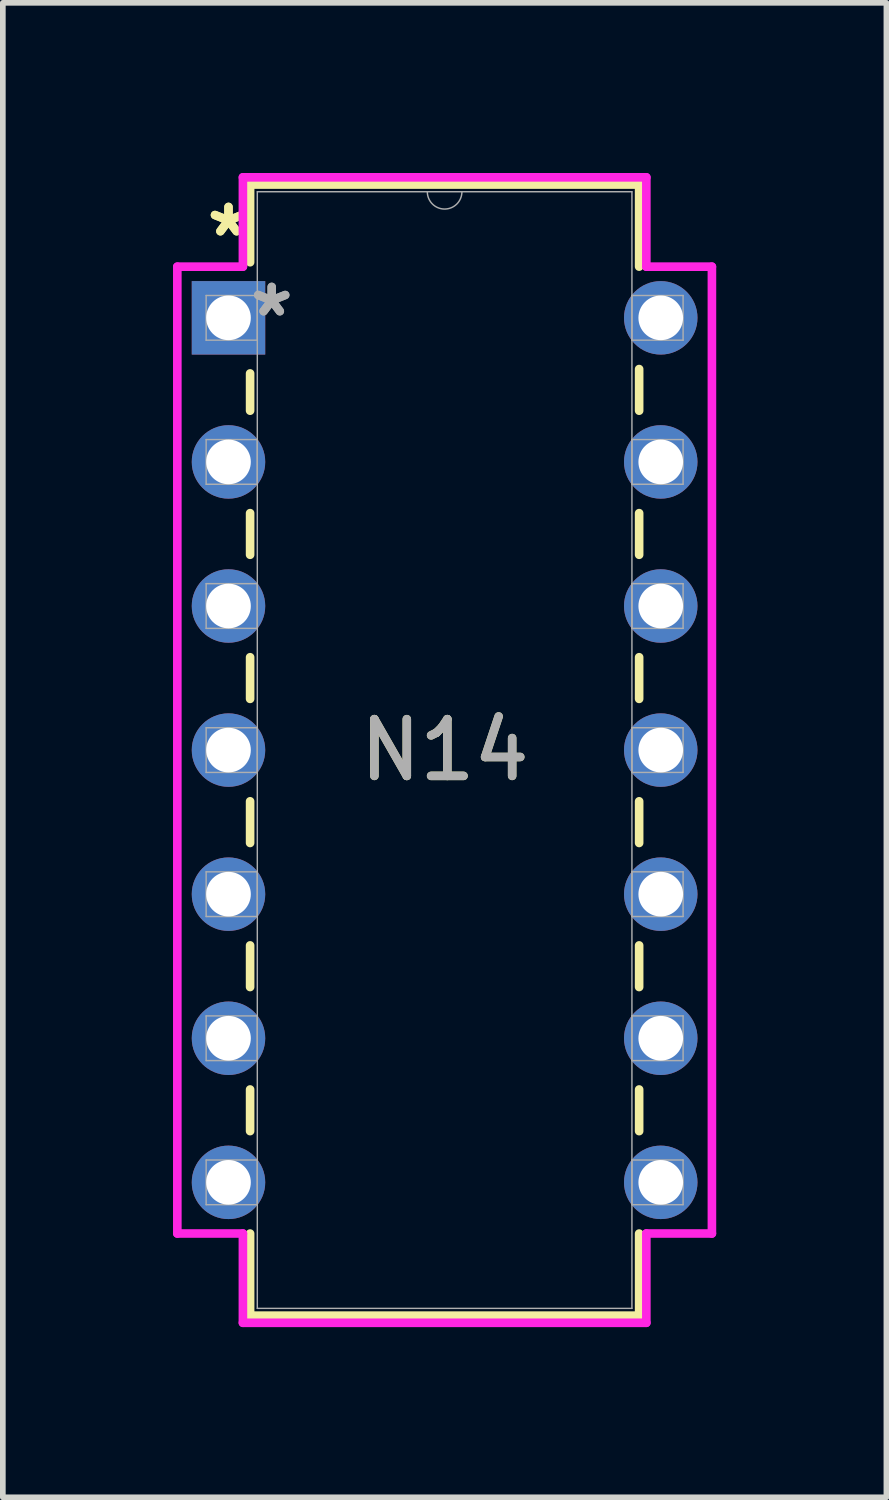
<source format=kicad_pcb>
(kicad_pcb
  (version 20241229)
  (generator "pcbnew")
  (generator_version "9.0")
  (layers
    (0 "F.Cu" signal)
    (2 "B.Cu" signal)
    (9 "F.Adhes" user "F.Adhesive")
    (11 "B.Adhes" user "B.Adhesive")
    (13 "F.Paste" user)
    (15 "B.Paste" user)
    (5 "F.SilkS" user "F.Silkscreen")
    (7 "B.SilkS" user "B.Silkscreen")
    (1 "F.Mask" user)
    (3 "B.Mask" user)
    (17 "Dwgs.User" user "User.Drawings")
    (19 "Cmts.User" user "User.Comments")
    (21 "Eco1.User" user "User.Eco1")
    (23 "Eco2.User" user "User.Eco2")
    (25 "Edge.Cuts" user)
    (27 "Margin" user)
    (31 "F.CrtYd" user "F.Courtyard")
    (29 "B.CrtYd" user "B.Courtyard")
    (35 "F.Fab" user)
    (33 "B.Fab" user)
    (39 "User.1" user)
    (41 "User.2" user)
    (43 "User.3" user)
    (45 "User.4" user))
  (footprint "N14"
    (layer "F.Cu")
    (at 0.978 2.553)
    (property "Reference" "N14" (at 3.81 7.62 0) (unlocked yes) (layer "F.SilkS") (effects (font (size 1 1) (thickness 0.15))))
    (attr through_hole)
    (fp_line (start 0.381 -2.349) (end 0.381 -0.98) (stroke (width 0.152) (type solid)) (layer "F.SilkS"))
    (fp_line (start 0.381 0.98) (end 0.381 1.637) (stroke (width 0.152) (type solid)) (layer "F.SilkS"))
    (fp_line (start 0.381 3.443) (end 0.381 4.177) (stroke (width 0.152) (type solid)) (layer "F.SilkS"))
    (fp_line (start 0.381 5.983) (end 0.381 6.717) (stroke (width 0.152) (type solid)) (layer "F.SilkS"))
    (fp_line (start 0.381 8.523) (end 0.381 9.257) (stroke (width 0.152) (type solid)) (layer "F.SilkS"))
    (fp_line (start 0.381 11.063) (end 0.381 11.797) (stroke (width 0.152) (type solid)) (layer "F.SilkS"))
    (fp_line (start 0.381 13.603) (end 0.381 14.337) (stroke (width 0.152) (type solid)) (layer "F.SilkS"))
    (fp_line (start 0.381 16.143) (end 0.381 17.59) (stroke (width 0.152) (type solid)) (layer "F.SilkS"))
    (fp_line (start 0.381 17.59) (end 7.239 17.59) (stroke (width 0.152) (type solid)) (layer "F.SilkS"))
    (fp_line (start 7.239 -2.349) (end 0.381 -2.349) (stroke (width 0.152) (type solid)) (layer "F.SilkS"))
    (fp_line (start 7.239 -0.903) (end 7.239 -2.349) (stroke (width 0.152) (type solid)) (layer "F.SilkS"))
    (fp_line (start 7.239 1.637) (end 7.239 0.903) (stroke (width 0.152) (type solid)) (layer "F.SilkS"))
    (fp_line (start 7.239 4.177) (end 7.239 3.443) (stroke (width 0.152) (type solid)) (layer "F.SilkS"))
    (fp_line (start 7.239 6.717) (end 7.239 5.983) (stroke (width 0.152) (type solid)) (layer "F.SilkS"))
    (fp_line (start 7.239 9.257) (end 7.239 8.523) (stroke (width 0.152) (type solid)) (layer "F.SilkS"))
    (fp_line (start 7.239 11.797) (end 7.239 11.063) (stroke (width 0.152) (type solid)) (layer "F.SilkS"))
    (fp_line (start 7.239 14.337) (end 7.239 13.603) (stroke (width 0.152) (type solid)) (layer "F.SilkS"))
    (fp_line (start 7.239 17.59) (end 7.239 16.143) (stroke (width 0.152) (type solid)) (layer "F.SilkS"))
    (fp_line (start -0.902 -0.902) (end 0.254 -0.902) (stroke (width 0.152) (type solid)) (layer "F.CrtYd"))
    (fp_line (start -0.902 16.142) (end -0.902 -0.902) (stroke (width 0.152) (type solid)) (layer "F.CrtYd"))
    (fp_line (start 0.254 -2.477) (end 7.366 -2.477) (stroke (width 0.152) (type solid)) (layer "F.CrtYd"))
    (fp_line (start 0.254 -0.902) (end 0.254 -2.477) (stroke (width 0.152) (type solid)) (layer "F.CrtYd"))
    (fp_line (start 0.254 16.142) (end -0.902 16.142) (stroke (width 0.152) (type solid)) (layer "F.CrtYd"))
    (fp_line (start 0.254 17.716) (end 0.254 16.142) (stroke (width 0.152) (type solid)) (layer "F.CrtYd"))
    (fp_line (start 7.366 -2.477) (end 7.366 -0.902) (stroke (width 0.152) (type solid)) (layer "F.CrtYd"))
    (fp_line (start 7.366 16.142) (end 7.366 17.716) (stroke (width 0.152) (type solid)) (layer "F.CrtYd"))
    (fp_line (start 7.366 17.716) (end 0.254 17.716) (stroke (width 0.152) (type solid)) (layer "F.CrtYd"))
    (fp_line (start 8.522 -0.902) (end 7.366 -0.902) (stroke (width 0.152) (type solid)) (layer "F.CrtYd"))
    (fp_line (start 8.522 -0.902) (end 8.522 16.142) (stroke (width 0.152) (type solid)) (layer "F.CrtYd"))
    (fp_line (start 8.522 16.142) (end 7.366 16.142) (stroke (width 0.152) (type solid)) (layer "F.CrtYd"))
    (fp_line (start -0.394 -0.394) (end -0.394 0.394) (stroke (width 0.025) (type solid)) (layer "F.Fab"))
    (fp_line (start -0.394 0.394) (end 0.508 0.394) (stroke (width 0.025) (type solid)) (layer "F.Fab"))
    (fp_line (start -0.394 2.146) (end -0.394 2.934) (stroke (width 0.025) (type solid)) (layer "F.Fab"))
    (fp_line (start -0.394 2.934) (end 0.508 2.934) (stroke (width 0.025) (type solid)) (layer "F.Fab"))
    (fp_line (start -0.394 4.686) (end -0.394 5.474) (stroke (width 0.025) (type solid)) (layer "F.Fab"))
    (fp_line (start -0.394 5.474) (end 0.508 5.474) (stroke (width 0.025) (type solid)) (layer "F.Fab"))
    (fp_line (start -0.394 7.226) (end -0.394 8.014) (stroke (width 0.025) (type solid)) (layer "F.Fab"))
    (fp_line (start -0.394 8.014) (end 0.508 8.014) (stroke (width 0.025) (type solid)) (layer "F.Fab"))
    (fp_line (start -0.394 9.766) (end -0.394 10.554) (stroke (width 0.025) (type solid)) (layer "F.Fab"))
    (fp_line (start -0.394 10.554) (end 0.508 10.554) (stroke (width 0.025) (type solid)) (layer "F.Fab"))
    (fp_line (start -0.394 12.306) (end -0.394 13.094) (stroke (width 0.025) (type solid)) (layer "F.Fab"))
    (fp_line (start -0.394 13.094) (end 0.508 13.094) (stroke (width 0.025) (type solid)) (layer "F.Fab"))
    (fp_line (start -0.394 14.846) (end -0.394 15.634) (stroke (width 0.025) (type solid)) (layer "F.Fab"))
    (fp_line (start -0.394 15.634) (end 0.508 15.634) (stroke (width 0.025) (type solid)) (layer "F.Fab"))
    (fp_line (start 0.508 -2.223) (end 0.508 17.462) (stroke (width 0.025) (type solid)) (layer "F.Fab"))
    (fp_line (start 0.508 -0.394) (end -0.394 -0.394) (stroke (width 0.025) (type solid)) (layer "F.Fab"))
    (fp_line (start 0.508 0.394) (end 0.508 -0.394) (stroke (width 0.025) (type solid)) (layer "F.Fab"))
    (fp_line (start 0.508 2.146) (end -0.394 2.146) (stroke (width 0.025) (type solid)) (layer "F.Fab"))
    (fp_line (start 0.508 2.934) (end 0.508 2.146) (stroke (width 0.025) (type solid)) (layer "F.Fab"))
    (fp_line (start 0.508 4.686) (end -0.394 4.686) (stroke (width 0.025) (type solid)) (layer "F.Fab"))
    (fp_line (start 0.508 5.474) (end 0.508 4.686) (stroke (width 0.025) (type solid)) (layer "F.Fab"))
    (fp_line (start 0.508 7.226) (end -0.394 7.226) (stroke (width 0.025) (type solid)) (layer "F.Fab"))
    (fp_line (start 0.508 8.014) (end 0.508 7.226) (stroke (width 0.025) (type solid)) (layer "F.Fab"))
    (fp_line (start 0.508 9.766) (end -0.394 9.766) (stroke (width 0.025) (type solid)) (layer "F.Fab"))
    (fp_line (start 0.508 10.554) (end 0.508 9.766) (stroke (width 0.025) (type solid)) (layer "F.Fab"))
    (fp_line (start 0.508 12.306) (end -0.394 12.306) (stroke (width 0.025) (type solid)) (layer "F.Fab"))
    (fp_line (start 0.508 13.094) (end 0.508 12.306) (stroke (width 0.025) (type solid)) (layer "F.Fab"))
    (fp_line (start 0.508 14.846) (end -0.394 14.846) (stroke (width 0.025) (type solid)) (layer "F.Fab"))
    (fp_line (start 0.508 15.634) (end 0.508 14.846) (stroke (width 0.025) (type solid)) (layer "F.Fab"))
    (fp_line (start 0.508 17.462) (end 7.112 17.462) (stroke (width 0.025) (type solid)) (layer "F.Fab"))
    (fp_line (start 7.112 -2.223) (end 0.508 -2.223) (stroke (width 0.025) (type solid)) (layer "F.Fab"))
    (fp_line (start 7.112 -0.394) (end 7.112 0.394) (stroke (width 0.025) (type solid)) (layer "F.Fab"))
    (fp_line (start 7.112 0.394) (end 8.014 0.394) (stroke (width 0.025) (type solid)) (layer "F.Fab"))
    (fp_line (start 7.112 2.146) (end 7.112 2.934) (stroke (width 0.025) (type solid)) (layer "F.Fab"))
    (fp_line (start 7.112 2.934) (end 8.014 2.934) (stroke (width 0.025) (type solid)) (layer "F.Fab"))
    (fp_line (start 7.112 4.686) (end 7.112 5.474) (stroke (width 0.025) (type solid)) (layer "F.Fab"))
    (fp_line (start 7.112 5.474) (end 8.014 5.474) (stroke (width 0.025) (type solid)) (layer "F.Fab"))
    (fp_line (start 7.112 7.226) (end 7.112 8.014) (stroke (width 0.025) (type solid)) (layer "F.Fab"))
    (fp_line (start 7.112 8.014) (end 8.014 8.014) (stroke (width 0.025) (type solid)) (layer "F.Fab"))
    (fp_line (start 7.112 9.766) (end 7.112 10.554) (stroke (width 0.025) (type solid)) (layer "F.Fab"))
    (fp_line (start 7.112 10.554) (end 8.014 10.554) (stroke (width 0.025) (type solid)) (layer "F.Fab"))
    (fp_line (start 7.112 12.306) (end 7.112 13.094) (stroke (width 0.025) (type solid)) (layer "F.Fab"))
    (fp_line (start 7.112 13.094) (end 8.014 13.094) (stroke (width 0.025) (type solid)) (layer "F.Fab"))
    (fp_line (start 7.112 14.846) (end 7.112 15.634) (stroke (width 0.025) (type solid)) (layer "F.Fab"))
    (fp_line (start 7.112 15.634) (end 8.014 15.634) (stroke (width 0.025) (type solid)) (layer "F.Fab"))
    (fp_line (start 7.112 17.462) (end 7.112 -2.223) (stroke (width 0.025) (type solid)) (layer "F.Fab"))
    (fp_line (start 8.014 -0.394) (end 7.112 -0.394) (stroke (width 0.025) (type solid)) (layer "F.Fab"))
    (fp_line (start 8.014 0.394) (end 8.014 -0.394) (stroke (width 0.025) (type solid)) (layer "F.Fab"))
    (fp_line (start 8.014 2.146) (end 7.112 2.146) (stroke (width 0.025) (type solid)) (layer "F.Fab"))
    (fp_line (start 8.014 2.934) (end 8.014 2.146) (stroke (width 0.025) (type solid)) (layer "F.Fab"))
    (fp_line (start 8.014 4.686) (end 7.112 4.686) (stroke (width 0.025) (type solid)) (layer "F.Fab"))
    (fp_line (start 8.014 5.474) (end 8.014 4.686) (stroke (width 0.025) (type solid)) (layer "F.Fab"))
    (fp_line (start 8.014 7.226) (end 7.112 7.226) (stroke (width 0.025) (type solid)) (layer "F.Fab"))
    (fp_line (start 8.014 8.014) (end 8.014 7.226) (stroke (width 0.025) (type solid)) (layer "F.Fab"))
    (fp_line (start 8.014 9.766) (end 7.112 9.766) (stroke (width 0.025) (type solid)) (layer "F.Fab"))
    (fp_line (start 8.014 10.554) (end 8.014 9.766) (stroke (width 0.025) (type solid)) (layer "F.Fab"))
    (fp_line (start 8.014 12.306) (end 7.112 12.306) (stroke (width 0.025) (type solid)) (layer "F.Fab"))
    (fp_line (start 8.014 13.094) (end 8.014 12.306) (stroke (width 0.025) (type solid)) (layer "F.Fab"))
    (fp_line (start 8.014 14.846) (end 7.112 14.846) (stroke (width 0.025) (type solid)) (layer "F.Fab"))
    (fp_line (start 8.014 15.634) (end 8.014 14.846) (stroke (width 0.025) (type solid)) (layer "F.Fab"))
    (fp_arc (start 4.1148 -2.2225) (mid 3.81 -1.9177) (end 3.5052 -2.2225) (stroke (width 0.0254) (type solid)) (layer "F.Fab"))
    (fp_text user "*" (at 0 -1.41 0) (unlocked yes) (layer "F.SilkS") (effects (font (size 1 1) (thickness 0.15))))
    (fp_text user "*" (at 0 -1.41 0) (layer "F.SilkS") (effects (font (size 1 1) (thickness 0.15))))
    (fp_text user "*" (at 0.762 0 0) (layer "F.Fab") (effects (font (size 1 1) (thickness 0.15))))
    (fp_text user "${REFERENCE}" (at 3.81 7.62 0) (unlocked yes) (layer "F.Fab") (effects (font (size 1 1) (thickness 0.15))))
    (fp_text user "*" (at 0.762 0 0) (unlocked yes) (layer "F.Fab") (effects (font (size 1 1) (thickness 0.15))))
    (pad "1" thru_hole rect (at 0 0) (size 1.295 1.295) (drill 0.787) (layers "*.Cu" "*.Mask"))
    (pad "2" thru_hole circle (at 0 2.54) (size 1.295 1.295) (drill 0.787) (layers "*.Cu" "*.Mask"))
    (pad "3" thru_hole circle (at 0 5.08) (size 1.295 1.295) (drill 0.787) (layers "*.Cu" "*.Mask"))
    (pad "4" thru_hole circle (at 0 7.62) (size 1.295 1.295) (drill 0.787) (layers "*.Cu" "*.Mask"))
    (pad "5" thru_hole circle (at 0 10.16) (size 1.295 1.295) (drill 0.787) (layers "*.Cu" "*.Mask"))
    (pad "6" thru_hole circle (at 0 12.7) (size 1.295 1.295) (drill 0.787) (layers "*.Cu" "*.Mask"))
    (pad "7" thru_hole circle (at 0 15.24) (size 1.295 1.295) (drill 0.787) (layers "*.Cu" "*.Mask"))
    (pad "8" thru_hole circle (at 7.62 15.24) (size 1.295 1.295) (drill 0.787) (layers "*.Cu" "*.Mask"))
    (pad "9" thru_hole circle (at 7.62 12.7) (size 1.295 1.295) (drill 0.787) (layers "*.Cu" "*.Mask"))
    (pad "10" thru_hole circle (at 7.62 10.16) (size 1.295 1.295) (drill 0.787) (layers "*.Cu" "*.Mask"))
    (pad "11" thru_hole circle (at 7.62 7.62) (size 1.295 1.295) (drill 0.787) (layers "*.Cu" "*.Mask"))
    (pad "12" thru_hole circle (at 7.62 5.08) (size 1.295 1.295) (drill 0.787) (layers "*.Cu" "*.Mask"))
    (pad "13" thru_hole circle (at 7.62 2.54) (size 1.295 1.295) (drill 0.787) (layers "*.Cu" "*.Mask"))
    (pad "14" thru_hole circle (at 7.62 0) (size 1.295 1.295) (drill 0.787) (layers "*.Cu" "*.Mask")))
  (gr_rect
    (start -3 -3)
    (end 12.576 23.345)
    (stroke (width 0.1) (type default))
    (fill no)
    (layer "Edge.Cuts")))
</source>
